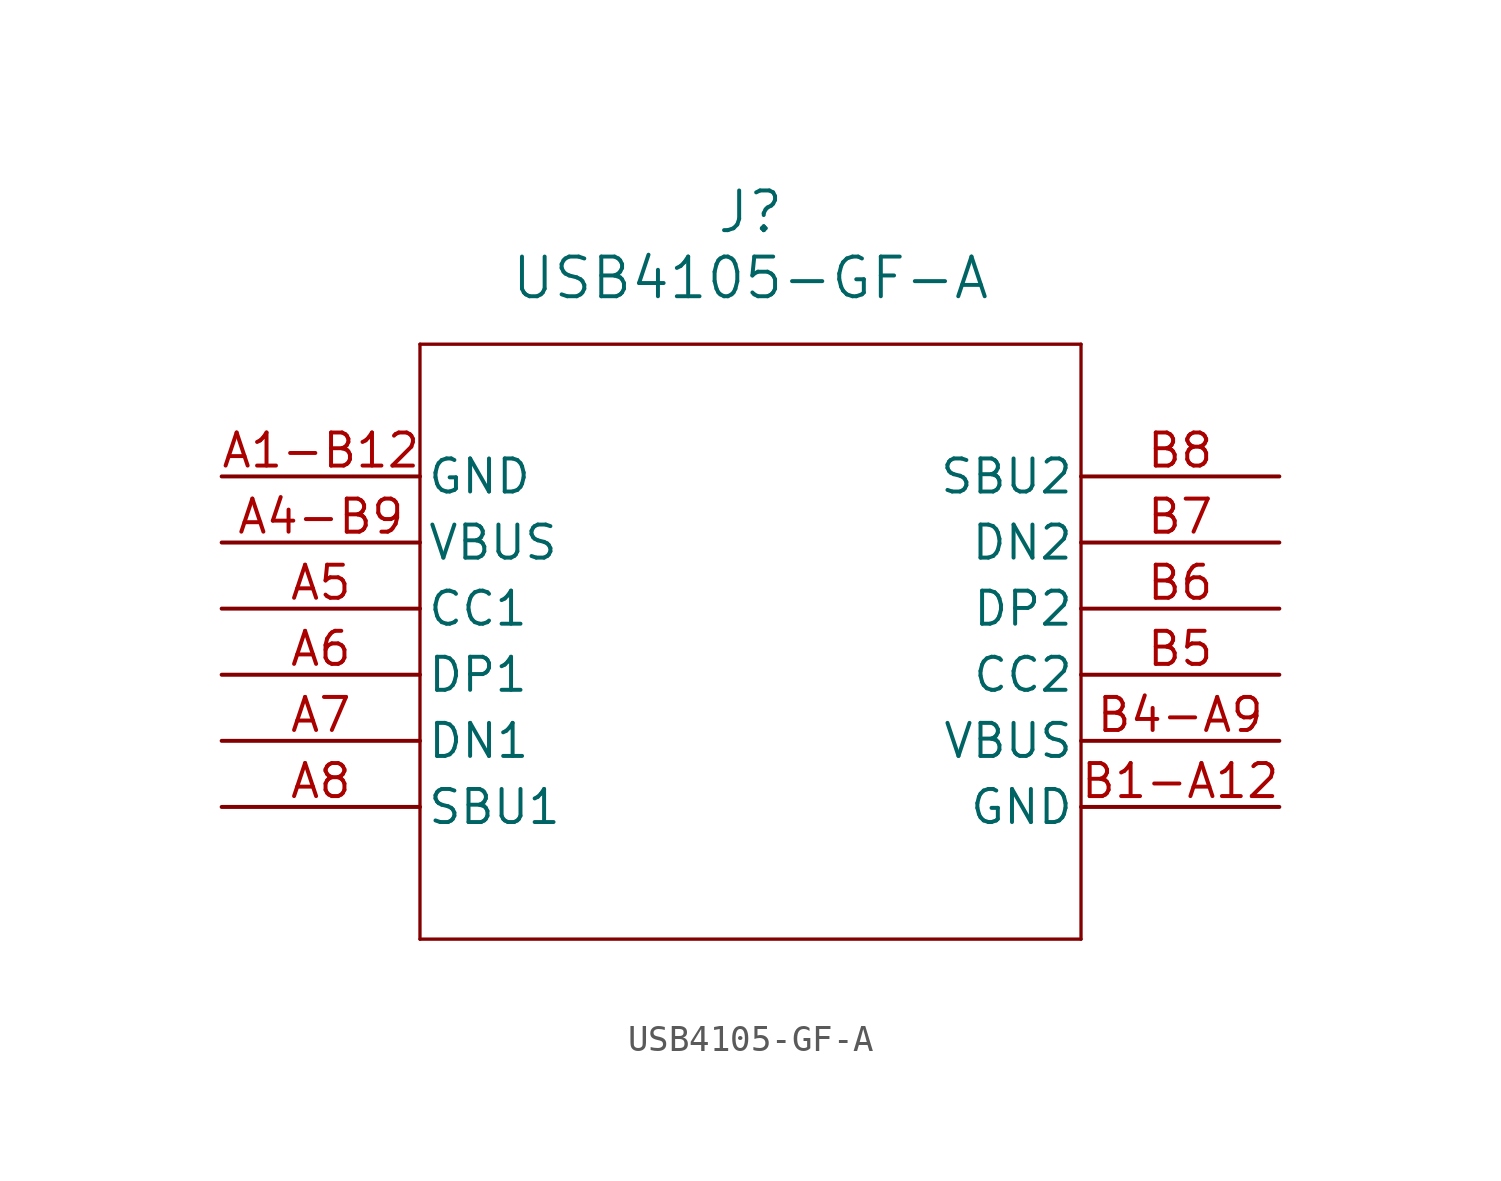
<source format=kicad_sym>
(kicad_symbol_lib
  (version 20211014)
  (generator kicad_symbol_editor)
  (symbol "USB4105-GF-A"
    (pin_names
      (offset 0.254))
    (property "Reference" "J"
      (at 20.32 10.16 0)
      (effects (font (size 1.524 1.524))))
    (property "Value" "USB4105-GF-A"
      (at 20.32 7.62 0)
      (effects (font (size 1.524 1.524))))
    (symbol "USB4105-GF-A_0_1"
      (polyline (pts (xy 7.62 5.08) (xy 7.62 -17.78)) (stroke (width 0.127) (type default) (color 0 0 0 0)) (fill (type none)))
      (polyline (pts (xy 7.62 -17.78) (xy 33.02 -17.78)) (stroke (width 0.127) (type default) (color 0 0 0 0)) (fill (type none)))
      (polyline (pts (xy 33.02 -17.78) (xy 33.02 5.08)) (stroke (width 0.127) (type default) (color 0 0 0 0)) (fill (type none)))
      (polyline (pts (xy 33.02 5.08) (xy 7.62 5.08)) (stroke (width 0.127) (type default) (color 0 0 0 0)) (fill (type none)))
      (pin power_out line (at 0 0 0) (length 7.62) (name "GND" (effects (font (size 1.27 1.27)))) (number "A1-B12" (effects (font (size 1.27 1.27)))))
      (pin power_in line (at 0 -2.54 0) (length 7.62) (name "VBUS" (effects (font (size 1.27 1.27)))) (number "A4-B9" (effects (font (size 1.27 1.27)))))
      (pin bidirectional line (at 0 -5.08 0) (length 7.62) (name "CC1" (effects (font (size 1.27 1.27)))) (number "A5" (effects (font (size 1.27 1.27)))))
      (pin bidirectional line (at 0 -7.62 0) (length 7.62) (name "DP1" (effects (font (size 1.27 1.27)))) (number "A6" (effects (font (size 1.27 1.27)))))
      (pin bidirectional line (at 0 -10.16 0) (length 7.62) (name "DN1" (effects (font (size 1.27 1.27)))) (number "A7" (effects (font (size 1.27 1.27)))))
      (pin bidirectional line (at 0 -12.7 0) (length 7.62) (name "SBU1" (effects (font (size 1.27 1.27)))) (number "A8" (effects (font (size 1.27 1.27)))))
      (pin power_out line (at 40.64 -12.7 180) (length 7.62) (name "GND" (effects (font (size 1.27 1.27)))) (number "B1-A12" (effects (font (size 1.27 1.27)))))
      (pin power_in line (at 40.64 -10.16 180) (length 7.62) (name "VBUS" (effects (font (size 1.27 1.27)))) (number "B4-A9" (effects (font (size 1.27 1.27)))))
      (pin bidirectional line (at 40.64 -7.62 180) (length 7.62) (name "CC2" (effects (font (size 1.27 1.27)))) (number "B5" (effects (font (size 1.27 1.27)))))
      (pin bidirectional line (at 40.64 -5.08 180) (length 7.62) (name "DP2" (effects (font (size 1.27 1.27)))) (number "B6" (effects (font (size 1.27 1.27)))))
      (pin bidirectional line (at 40.64 -2.54 180) (length 7.62) (name "DN2" (effects (font (size 1.27 1.27)))) (number "B7" (effects (font (size 1.27 1.27)))))
      (pin bidirectional line (at 40.64 0 180) (length 7.62) (name "SBU2" (effects (font (size 1.27 1.27)))) (number "B8" (effects (font (size 1.27 1.27))))))))
</source>
